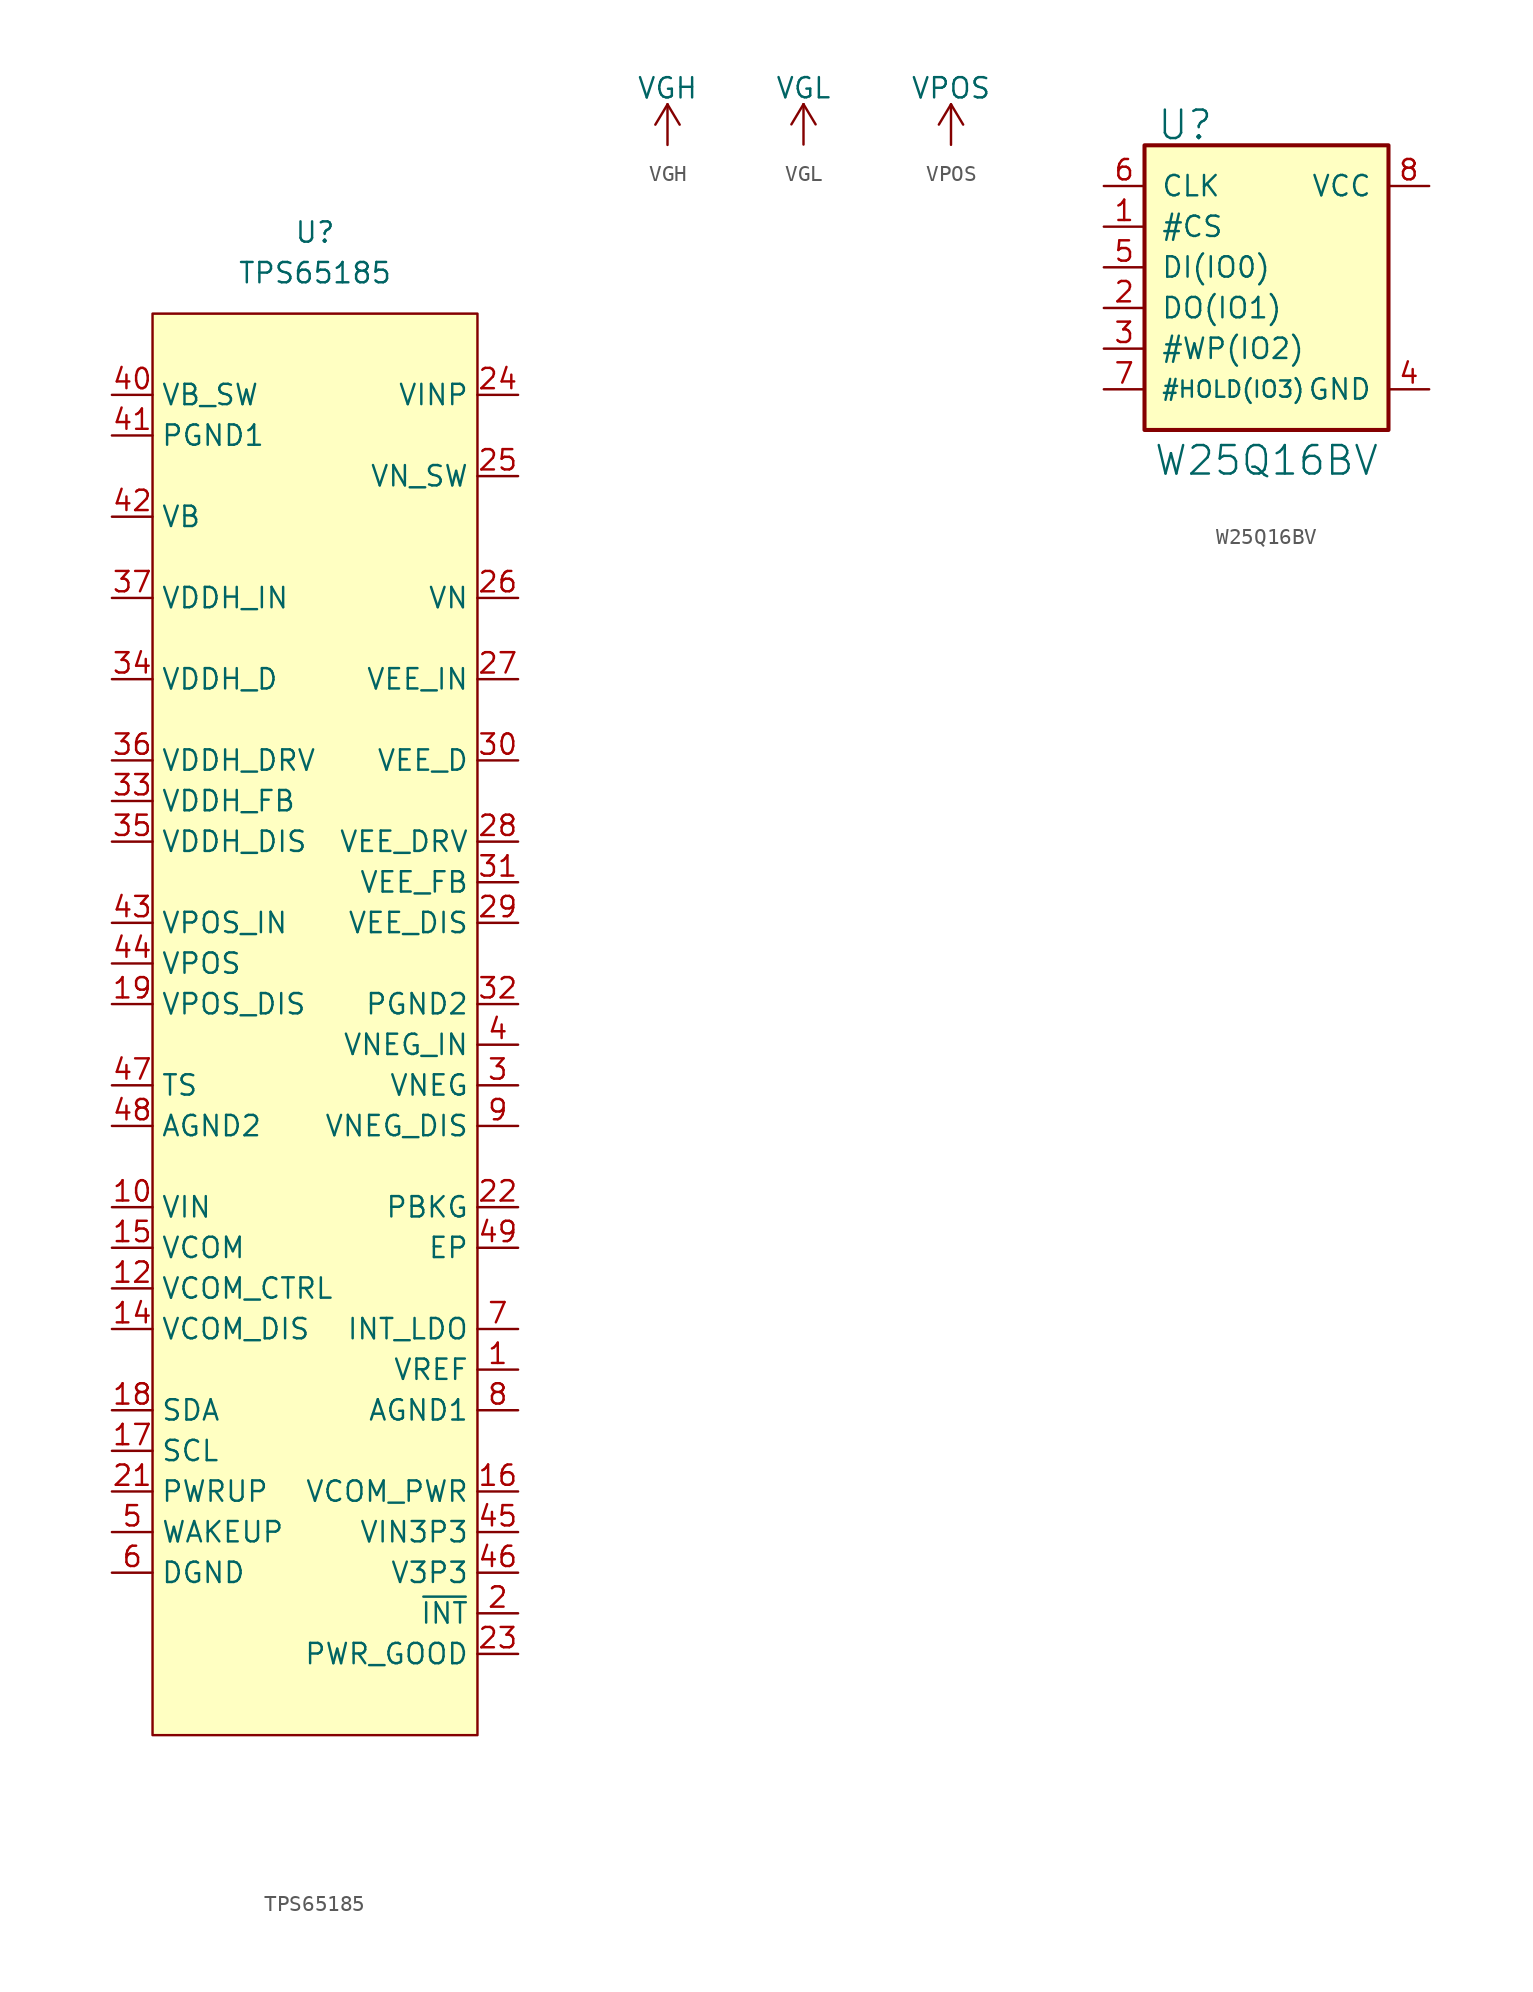
<source format=kicad_sym>
(kicad_symbol_lib
  (version 20231120)
  (generator "kicad_symbol_editor")
  (generator_version "8.0")
  (symbol "TPS65185"
    (property "Reference" "U"
      (at 0 0 0)
      (effects (font (size 1.27 1.27))))
    (property "Value" "TPS65185"
      (at 0 -2.54 0)
      (effects (font (size 1.27 1.27))))
    (symbol "TPS65185_0_1"
      (rectangle (start -10.16 -5.08) (end 10.16 -93.98) (stroke (width 0.152) (type default)) (fill (type background))))
    (symbol "TPS65185_1_1"
      (pin input line (at 12.7 -71.12 180) (length 2.54) (name "VREF" (effects (font (size 1.27 1.27)))) (number "1" (effects (font (size 1.27 1.27)))))
      (pin input line (at -12.7 -60.96 0) (length 2.54) (name "VIN" (effects (font (size 1.27 1.27)))) (number "10" (effects (font (size 1.27 1.27)))))
      (pin input line (at -12.7 -88.9 0) (length 2.54) hide (name "NC" (effects (font (size 1.27 1.27)))) (number "11" (effects (font (size 1.27 1.27)))))
      (pin input line (at -12.7 -66.04 0) (length 2.54) (name "VCOM_CTRL" (effects (font (size 1.27 1.27)))) (number "12" (effects (font (size 1.27 1.27)))))
      (pin input line (at -12.7 -88.9 0) (length 2.54) hide (name "NC" (effects (font (size 1.27 1.27)))) (number "13" (effects (font (size 1.27 1.27)))))
      (pin input line (at -12.7 -68.58 0) (length 2.54) (name "VCOM_DIS" (effects (font (size 1.27 1.27)))) (number "14" (effects (font (size 1.27 1.27)))))
      (pin input line (at -12.7 -63.5 0) (length 2.54) (name "VCOM" (effects (font (size 1.27 1.27)))) (number "15" (effects (font (size 1.27 1.27)))))
      (pin input line (at 12.7 -78.74 180) (length 2.54) (name "VCOM_PWR" (effects (font (size 1.27 1.27)))) (number "16" (effects (font (size 1.27 1.27)))))
      (pin input line (at -12.7 -76.2 0) (length 2.54) (name "SCL" (effects (font (size 1.27 1.27)))) (number "17" (effects (font (size 1.27 1.27)))))
      (pin input line (at -12.7 -73.66 0) (length 2.54) (name "SDA" (effects (font (size 1.27 1.27)))) (number "18" (effects (font (size 1.27 1.27)))))
      (pin input line (at -12.7 -48.26 0) (length 2.54) (name "VPOS_DIS" (effects (font (size 1.27 1.27)))) (number "19" (effects (font (size 1.27 1.27)))))
      (pin input line (at 12.7 -86.36 180) (length 2.54) (name "~{INT}" (effects (font (size 1.27 1.27)))) (number "2" (effects (font (size 1.27 1.27)))))
      (pin input line (at -12.7 -88.9 0) (length 2.54) hide (name "NC" (effects (font (size 1.27 1.27)))) (number "20" (effects (font (size 1.27 1.27)))))
      (pin input line (at -12.7 -78.74 0) (length 2.54) (name "PWRUP" (effects (font (size 1.27 1.27)))) (number "21" (effects (font (size 1.27 1.27)))))
      (pin input line (at 12.7 -60.96 180) (length 2.54) (name "PBKG" (effects (font (size 1.27 1.27)))) (number "22" (effects (font (size 1.27 1.27)))))
      (pin input line (at 12.7 -88.9 180) (length 2.54) (name "PWR_GOOD" (effects (font (size 1.27 1.27)))) (number "23" (effects (font (size 1.27 1.27)))))
      (pin input line (at 12.7 -10.16 180) (length 2.54) (name "VINP" (effects (font (size 1.27 1.27)))) (number "24" (effects (font (size 1.27 1.27)))))
      (pin input line (at 12.7 -15.24 180) (length 2.54) (name "VN_SW" (effects (font (size 1.27 1.27)))) (number "25" (effects (font (size 1.27 1.27)))))
      (pin input line (at 12.7 -22.86 180) (length 2.54) (name "VN" (effects (font (size 1.27 1.27)))) (number "26" (effects (font (size 1.27 1.27)))))
      (pin input line (at 12.7 -27.94 180) (length 2.54) (name "VEE_IN" (effects (font (size 1.27 1.27)))) (number "27" (effects (font (size 1.27 1.27)))))
      (pin input line (at 12.7 -38.1 180) (length 2.54) (name "VEE_DRV" (effects (font (size 1.27 1.27)))) (number "28" (effects (font (size 1.27 1.27)))))
      (pin input line (at 12.7 -43.18 180) (length 2.54) (name "VEE_DIS" (effects (font (size 1.27 1.27)))) (number "29" (effects (font (size 1.27 1.27)))))
      (pin input line (at 12.7 -53.34 180) (length 2.54) (name "VNEG" (effects (font (size 1.27 1.27)))) (number "3" (effects (font (size 1.27 1.27)))))
      (pin input line (at 12.7 -33.02 180) (length 2.54) (name "VEE_D" (effects (font (size 1.27 1.27)))) (number "30" (effects (font (size 1.27 1.27)))))
      (pin input line (at 12.7 -40.64 180) (length 2.54) (name "VEE_FB" (effects (font (size 1.27 1.27)))) (number "31" (effects (font (size 1.27 1.27)))))
      (pin input line (at 12.7 -48.26 180) (length 2.54) (name "PGND2" (effects (font (size 1.27 1.27)))) (number "32" (effects (font (size 1.27 1.27)))))
      (pin input line (at -12.7 -35.56 0) (length 2.54) (name "VDDH_FB" (effects (font (size 1.27 1.27)))) (number "33" (effects (font (size 1.27 1.27)))))
      (pin input line (at -12.7 -27.94 0) (length 2.54) (name "VDDH_D" (effects (font (size 1.27 1.27)))) (number "34" (effects (font (size 1.27 1.27)))))
      (pin input line (at -12.7 -38.1 0) (length 2.54) (name "VDDH_DIS" (effects (font (size 1.27 1.27)))) (number "35" (effects (font (size 1.27 1.27)))))
      (pin input line (at -12.7 -33.02 0) (length 2.54) (name "VDDH_DRV" (effects (font (size 1.27 1.27)))) (number "36" (effects (font (size 1.27 1.27)))))
      (pin input line (at -12.7 -22.86 0) (length 2.54) (name "VDDH_IN" (effects (font (size 1.27 1.27)))) (number "37" (effects (font (size 1.27 1.27)))))
      (pin input line (at -12.7 -88.9 0) (length 2.54) hide (name "NC" (effects (font (size 1.27 1.27)))) (number "38" (effects (font (size 1.27 1.27)))))
      (pin input line (at -12.7 -88.9 0) (length 2.54) hide (name "NC" (effects (font (size 1.27 1.27)))) (number "39" (effects (font (size 1.27 1.27)))))
      (pin input line (at 12.7 -50.8 180) (length 2.54) (name "VNEG_IN" (effects (font (size 1.27 1.27)))) (number "4" (effects (font (size 1.27 1.27)))))
      (pin input line (at -12.7 -10.16 0) (length 2.54) (name "VB_SW" (effects (font (size 1.27 1.27)))) (number "40" (effects (font (size 1.27 1.27)))))
      (pin input line (at -12.7 -12.7 0) (length 2.54) (name "PGND1" (effects (font (size 1.27 1.27)))) (number "41" (effects (font (size 1.27 1.27)))))
      (pin input line (at -12.7 -17.78 0) (length 2.54) (name "VB" (effects (font (size 1.27 1.27)))) (number "42" (effects (font (size 1.27 1.27)))))
      (pin input line (at -12.7 -43.18 0) (length 2.54) (name "VPOS_IN" (effects (font (size 1.27 1.27)))) (number "43" (effects (font (size 1.27 1.27)))))
      (pin input line (at -12.7 -45.72 0) (length 2.54) (name "VPOS" (effects (font (size 1.27 1.27)))) (number "44" (effects (font (size 1.27 1.27)))))
      (pin input line (at 12.7 -81.28 180) (length 2.54) (name "VIN3P3" (effects (font (size 1.27 1.27)))) (number "45" (effects (font (size 1.27 1.27)))))
      (pin input line (at 12.7 -83.82 180) (length 2.54) (name "V3P3" (effects (font (size 1.27 1.27)))) (number "46" (effects (font (size 1.27 1.27)))))
      (pin input line (at -12.7 -53.34 0) (length 2.54) (name "TS" (effects (font (size 1.27 1.27)))) (number "47" (effects (font (size 1.27 1.27)))))
      (pin input line (at -12.7 -55.88 0) (length 2.54) (name "AGND2" (effects (font (size 1.27 1.27)))) (number "48" (effects (font (size 1.27 1.27)))))
      (pin input line (at 12.7 -63.5 180) (length 2.54) (name "EP" (effects (font (size 1.27 1.27)))) (number "49" (effects (font (size 1.27 1.27)))))
      (pin input line (at -12.7 -81.28 0) (length 2.54) (name "WAKEUP" (effects (font (size 1.27 1.27)))) (number "5" (effects (font (size 1.27 1.27)))))
      (pin input line (at -12.7 -83.82 0) (length 2.54) (name "DGND" (effects (font (size 1.27 1.27)))) (number "6" (effects (font (size 1.27 1.27)))))
      (pin input line (at 12.7 -68.58 180) (length 2.54) (name "INT_LDO" (effects (font (size 1.27 1.27)))) (number "7" (effects (font (size 1.27 1.27)))))
      (pin input line (at 12.7 -73.66 180) (length 2.54) (name "AGND1" (effects (font (size 1.27 1.27)))) (number "8" (effects (font (size 1.27 1.27)))))
      (pin input line (at 12.7 -55.88 180) (length 2.54) (name "VNEG_DIS" (effects (font (size 1.27 1.27)))) (number "9" (effects (font (size 1.27 1.27)))))))
  (symbol "VGH"
    (power)
    (pin_names
      (offset 0))
    (property "Reference" "#PWR"
      (at 0 -3.81 0)
      (effects (font (size 1.27 1.27)) (hide yes)))
    (property "Value" "VGH"
      (at 0 3.556 0)
      (effects (font (size 1.27 1.27))))
    (symbol "VGH_0_1"
      (polyline (pts (xy -0.762 1.27) (xy 0 2.54)) (stroke (width 0) (type default)) (fill (type none)))
      (polyline (pts (xy 0 0) (xy 0 2.54)) (stroke (width 0) (type default)) (fill (type none)))
      (polyline (pts (xy 0 2.54) (xy 0.762 1.27)) (stroke (width 0) (type default)) (fill (type none))))
    (symbol "VGH_1_1"
      (pin power_in line (at 0 0 90) (length 0) hide (name "VGH" (effects (font (size 1.27 1.27)))) (number "1" (effects (font (size 1.27 1.27)))))))
  (symbol "VGL"
    (power)
    (pin_names
      (offset 0))
    (property "Reference" "#PWR"
      (at 0 -3.81 0)
      (effects (font (size 1.27 1.27)) (hide yes)))
    (property "Value" "VGL"
      (at 0 3.556 0)
      (effects (font (size 1.27 1.27))))
    (symbol "VGL_0_1"
      (polyline (pts (xy -0.762 1.27) (xy 0 2.54)) (stroke (width 0) (type default)) (fill (type none)))
      (polyline (pts (xy 0 0) (xy 0 2.54)) (stroke (width 0) (type default)) (fill (type none)))
      (polyline (pts (xy 0 2.54) (xy 0.762 1.27)) (stroke (width 0) (type default)) (fill (type none))))
    (symbol "VGL_1_1"
      (pin power_in line (at 0 0 90) (length 0) hide (name "VGL" (effects (font (size 1.27 1.27)))) (number "1" (effects (font (size 1.27 1.27)))))))
  (symbol "VPOS"
    (power)
    (pin_names
      (offset 0))
    (property "Reference" "#PWR"
      (at 0 -3.81 0)
      (effects (font (size 1.27 1.27)) (hide yes)))
    (property "Value" "VPOS"
      (at 0 3.556 0)
      (effects (font (size 1.27 1.27))))
    (symbol "VPOS_0_1"
      (polyline (pts (xy -0.762 1.27) (xy 0 2.54)) (stroke (width 0) (type default)) (fill (type none)))
      (polyline (pts (xy 0 0) (xy 0 2.54)) (stroke (width 0) (type default)) (fill (type none)))
      (polyline (pts (xy 0 2.54) (xy 0.762 1.27)) (stroke (width 0) (type default)) (fill (type none))))
    (symbol "VPOS_1_1"
      (pin power_in line (at 0 0 90) (length 0) hide (name "VPOS" (effects (font (size 1.27 1.27)))) (number "1" (effects (font (size 1.27 1.27)))))))
  (symbol "W25Q16BV"
    (pin_names
      (offset 1.016))
    (property "Reference" "U"
      (at -5.08 10.16 0)
      (effects (font (size 1.778 1.778))))
    (property "Value" "W25Q16BV"
      (at 0 -10.795 0)
      (effects (font (size 1.778 1.778))))
    (symbol "W25Q16BV_0_1"
      (polyline (pts (xy 7.62 8.89) (xy 7.62 -8.89) (xy -7.62 -8.89) (xy -7.62 8.89) (xy 7.62 8.89)) (stroke (width 0.254) (type default)) (fill (type background))))
    (symbol "W25Q16BV_1_1"
      (pin passive line (at -10.16 3.81 0) (length 2.54) (name "#CS" (effects (font (size 1.27 1.27)))) (number "1" (effects (font (size 1.27 1.27)))))
      (pin passive line (at -10.16 -1.27 0) (length 2.54) (name "DO(IO1)" (effects (font (size 1.27 1.27)))) (number "2" (effects (font (size 1.27 1.27)))))
      (pin passive line (at -10.16 -3.81 0) (length 2.54) (name "#WP(IO2)" (effects (font (size 1.27 1.27)))) (number "3" (effects (font (size 1.27 1.27)))))
      (pin passive line (at 10.16 -6.35 180) (length 2.54) (name "GND" (effects (font (size 1.27 1.27)))) (number "4" (effects (font (size 1.27 1.27)))))
      (pin passive line (at -10.16 1.27 0) (length 2.54) (name "DI(IO0)" (effects (font (size 1.27 1.27)))) (number "5" (effects (font (size 1.27 1.27)))))
      (pin passive line (at -10.16 6.35 0) (length 2.54) (name "CLK" (effects (font (size 1.27 1.27)))) (number "6" (effects (font (size 1.27 1.27)))))
      (pin passive line (at -10.16 -6.35 0) (length 2.54) (name "#HOLD(IO3)" (effects (font (size 1.016 1.016)))) (number "7" (effects (font (size 1.27 1.27)))))
      (pin passive line (at 10.16 6.35 180) (length 2.54) (name "VCC" (effects (font (size 1.27 1.27)))) (number "8" (effects (font (size 1.27 1.27))))))))
</source>
